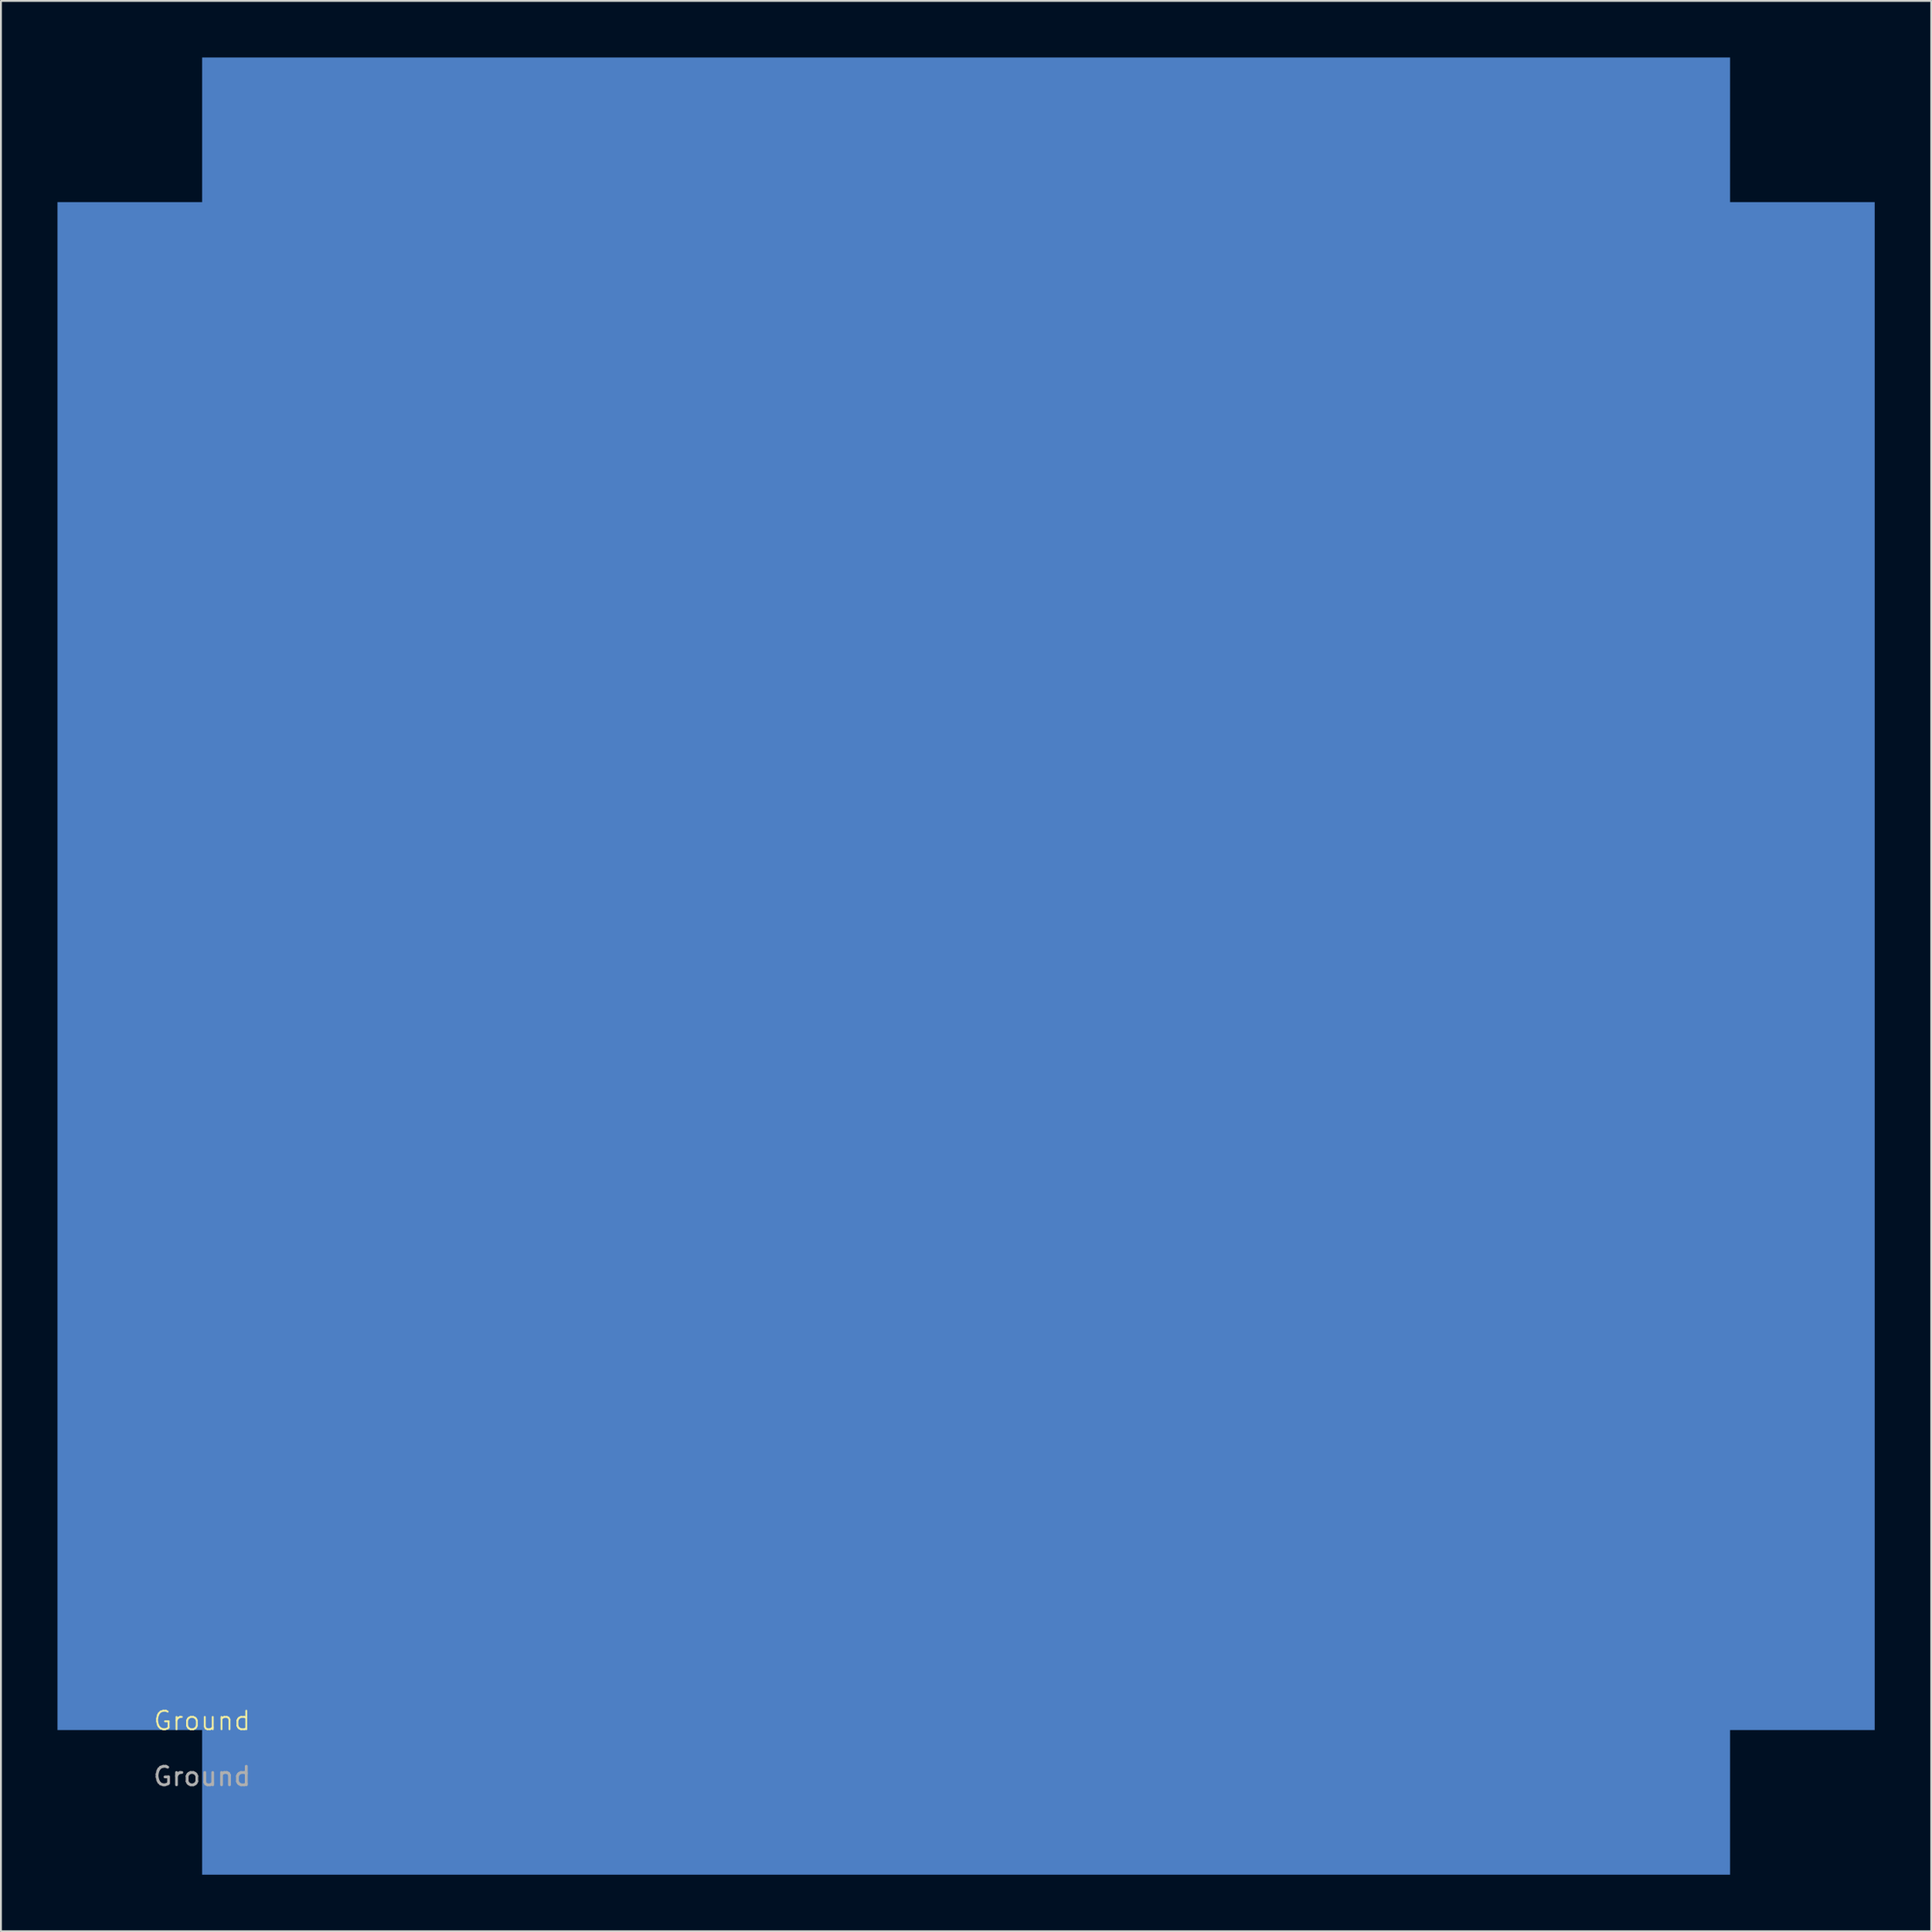
<source format=kicad_pcb>
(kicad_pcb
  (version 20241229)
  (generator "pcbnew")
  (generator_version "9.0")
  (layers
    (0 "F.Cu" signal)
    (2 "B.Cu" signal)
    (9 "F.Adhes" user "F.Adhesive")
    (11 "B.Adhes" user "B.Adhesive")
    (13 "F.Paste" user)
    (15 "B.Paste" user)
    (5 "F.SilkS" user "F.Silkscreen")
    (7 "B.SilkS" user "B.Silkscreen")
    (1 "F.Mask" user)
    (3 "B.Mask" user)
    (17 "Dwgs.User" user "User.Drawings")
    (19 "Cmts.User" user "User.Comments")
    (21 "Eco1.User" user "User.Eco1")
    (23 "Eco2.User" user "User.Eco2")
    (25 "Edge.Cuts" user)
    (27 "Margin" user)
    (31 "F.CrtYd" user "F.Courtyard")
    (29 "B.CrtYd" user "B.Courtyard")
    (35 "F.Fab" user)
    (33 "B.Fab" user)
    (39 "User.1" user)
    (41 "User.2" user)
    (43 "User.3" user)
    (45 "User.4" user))
  (footprint "Ground"
    (layer "F.Cu")
    (at 7.85 90.25)
    (property "Reference" "Ground" (at 0 -0.5 0) (unlocked yes) (layer "F.SilkS") (effects (font (size 1 1) (thickness 0.1))))
    (attr smd)
    (fp_poly (pts (xy -7.8 -82.4) (xy 0 -82.4) (xy 0 -90.2) (xy 82.4 -90.2) (xy 82.4 -82.4) (xy 90.2 -82.4) (xy 90.2 0) (xy 82.4 0) (xy 82.4 7.8) (xy 0 7.8) (xy 0 0) (xy -7.8 0)) (stroke (width 0) (type solid)) (fill yes) (layer "B.Cu"))
    (fp_text user "${REFERENCE}" (at 0 2.5 0) (unlocked yes) (layer "F.Fab") (effects (font (size 1 1) (thickness 0.15))))
    (dimension (type orthogonal) (layer "User.1") (pts (xy 49.05 0.05) (xy 49.05 98.05)) (height 0) (orientation 1) (format (prefix "") (suffix "") (units 3) (units_format 0) (precision 4) (suppress_zeroes yes)) (style (thickness 0.1) (arrow_length 1.27) (text_position_mode 0) (arrow_direction outward) (extension_height 0.586) (extension_offset 0.5) (keep_text_aligned yes)) (gr_text "98" (at 47.9 49.05 90) (layer "User.1") (effects (font (size 1 1) (thickness 0.15)))))
    (dimension (type orthogonal) (layer "User.1") (pts (xy 0.05 49.05) (xy 98.05 49.05)) (height 0) (orientation 0) (format (prefix "") (suffix "") (units 3) (units_format 0) (precision 4) (suppress_zeroes yes)) (style (thickness 0.1) (arrow_length 1.27) (text_position_mode 0) (arrow_direction outward) (extension_height 0.586) (extension_offset 0.5) (keep_text_aligned yes)) (gr_text "98" (at 49.05 47.9 0) (layer "User.1") (effects (font (size 1 1) (thickness 0.15)))))
    (pad "1" smd circle (at 52.2 -48.9) (size 1 1) (layers "F.Mask" "B.Cu" "F.Paste")))
  (gr_rect
    (start -3 -3)
    (end 101.1 101.1)
    (stroke (width 0.1) (type default))
    (fill no)
    (layer "Edge.Cuts")))
</source>
